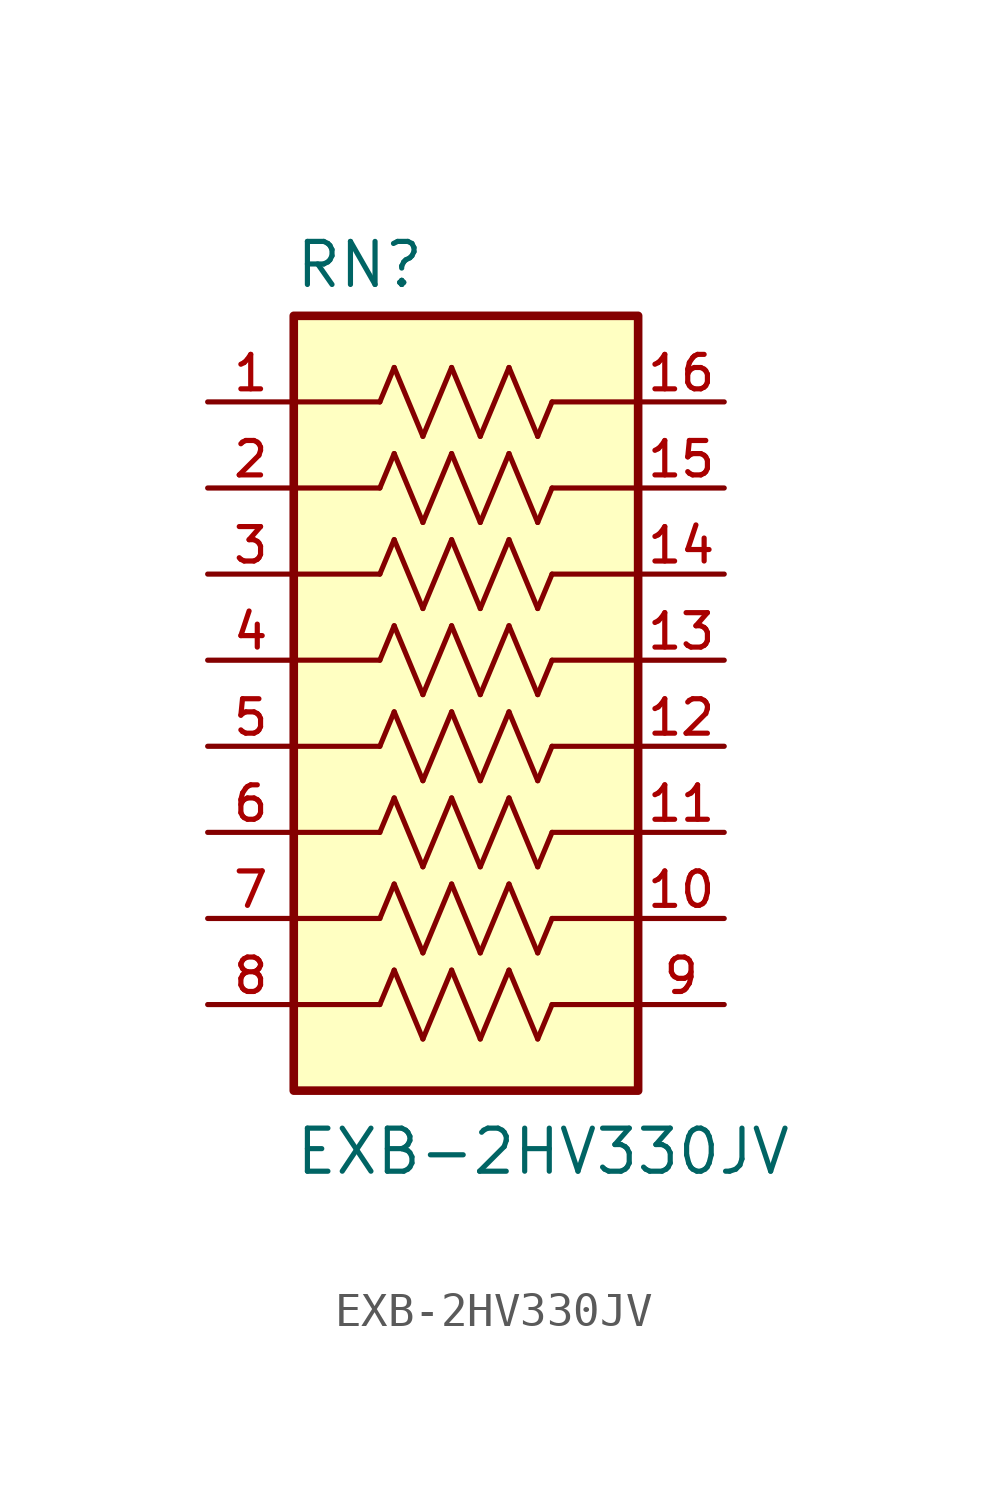
<source format=kicad_sym>
(kicad_symbol_lib
  (version 20211014)
  (generator kicad_symbol_editor)
  (symbol "EXB-2HV330JV"
    (pin_names
      (offset 1.016))
    (property "Reference" "RN"
      (at -5.08 10.922 0)
      (effects (font (size 1.27 1.27)) (justify bottom left)))
    (property "Value" "EXB-2HV330JV"
      (at -5.08 -15.24 0)
      (effects (font (size 1.27 1.27)) (justify bottom left)))
    (symbol "EXB-2HV330JV_0_0"
      (polyline (pts (xy -2.54 7.62) (xy -2.117 8.636)) (stroke (width 0.152)))
      (polyline (pts (xy -2.117 8.636) (xy -1.27 6.604)) (stroke (width 0.152)))
      (polyline (pts (xy -1.27 6.604) (xy -0.423 8.636)) (stroke (width 0.152)))
      (polyline (pts (xy -0.423 8.636) (xy 0.423 6.604)) (stroke (width 0.152)))
      (polyline (pts (xy 0.423 6.604) (xy 1.27 8.636)) (stroke (width 0.152)))
      (polyline (pts (xy 1.27 8.636) (xy 2.117 6.604)) (stroke (width 0.152)))
      (polyline (pts (xy 2.54 7.62) (xy 2.117 6.604)) (stroke (width 0.152)))
      (polyline (pts (xy -5.08 7.62) (xy -2.54 7.62)) (stroke (width 0.152)))
      (polyline (pts (xy 2.54 7.62) (xy 5.08 7.62)) (stroke (width 0.152)))
      (polyline (pts (xy -2.54 5.08) (xy -2.117 6.096)) (stroke (width 0.152)))
      (polyline (pts (xy -2.117 6.096) (xy -1.27 4.064)) (stroke (width 0.152)))
      (polyline (pts (xy -1.27 4.064) (xy -0.423 6.096)) (stroke (width 0.152)))
      (polyline (pts (xy -0.423 6.096) (xy 0.423 4.064)) (stroke (width 0.152)))
      (polyline (pts (xy 0.423 4.064) (xy 1.27 6.096)) (stroke (width 0.152)))
      (polyline (pts (xy 1.27 6.096) (xy 2.117 4.064)) (stroke (width 0.152)))
      (polyline (pts (xy 2.54 5.08) (xy 2.117 4.064)) (stroke (width 0.152)))
      (polyline (pts (xy -5.08 5.08) (xy -2.54 5.08)) (stroke (width 0.152)))
      (polyline (pts (xy 2.54 5.08) (xy 5.08 5.08)) (stroke (width 0.152)))
      (polyline (pts (xy -2.54 2.54) (xy -2.117 3.556)) (stroke (width 0.152)))
      (polyline (pts (xy -2.117 3.556) (xy -1.27 1.524)) (stroke (width 0.152)))
      (polyline (pts (xy -1.27 1.524) (xy -0.423 3.556)) (stroke (width 0.152)))
      (polyline (pts (xy -0.423 3.556) (xy 0.423 1.524)) (stroke (width 0.152)))
      (polyline (pts (xy 0.423 1.524) (xy 1.27 3.556)) (stroke (width 0.152)))
      (polyline (pts (xy 1.27 3.556) (xy 2.117 1.524)) (stroke (width 0.152)))
      (polyline (pts (xy 2.54 2.54) (xy 2.117 1.524)) (stroke (width 0.152)))
      (polyline (pts (xy -5.08 2.54) (xy -2.54 2.54)) (stroke (width 0.152)))
      (polyline (pts (xy 2.54 2.54) (xy 5.08 2.54)) (stroke (width 0.152)))
      (polyline (pts (xy -2.54 0.0) (xy -2.117 1.016)) (stroke (width 0.152)))
      (polyline (pts (xy -2.117 1.016) (xy -1.27 -1.016)) (stroke (width 0.152)))
      (polyline (pts (xy -1.27 -1.016) (xy -0.423 1.016)) (stroke (width 0.152)))
      (polyline (pts (xy -0.423 1.016) (xy 0.423 -1.016)) (stroke (width 0.152)))
      (polyline (pts (xy 0.423 -1.016) (xy 1.27 1.016)) (stroke (width 0.152)))
      (polyline (pts (xy 1.27 1.016) (xy 2.117 -1.016)) (stroke (width 0.152)))
      (polyline (pts (xy 2.54 0.0) (xy 2.117 -1.016)) (stroke (width 0.152)))
      (polyline (pts (xy -5.08 0.0) (xy -2.54 0.0)) (stroke (width 0.152)))
      (polyline (pts (xy 2.54 0.0) (xy 5.08 0.0)) (stroke (width 0.152)))
      (polyline (pts (xy -2.54 -2.54) (xy -2.117 -1.524)) (stroke (width 0.152)))
      (polyline (pts (xy -2.117 -1.524) (xy -1.27 -3.556)) (stroke (width 0.152)))
      (polyline (pts (xy -1.27 -3.556) (xy -0.423 -1.524)) (stroke (width 0.152)))
      (polyline (pts (xy -0.423 -1.524) (xy 0.423 -3.556)) (stroke (width 0.152)))
      (polyline (pts (xy 0.423 -3.556) (xy 1.27 -1.524)) (stroke (width 0.152)))
      (polyline (pts (xy 1.27 -1.524) (xy 2.117 -3.556)) (stroke (width 0.152)))
      (polyline (pts (xy 2.54 -2.54) (xy 2.117 -3.556)) (stroke (width 0.152)))
      (polyline (pts (xy -5.08 -2.54) (xy -2.54 -2.54)) (stroke (width 0.152)))
      (polyline (pts (xy 2.54 -2.54) (xy 5.08 -2.54)) (stroke (width 0.152)))
      (polyline (pts (xy -2.54 -5.08) (xy -2.117 -4.064)) (stroke (width 0.152)))
      (polyline (pts (xy -2.117 -4.064) (xy -1.27 -6.096)) (stroke (width 0.152)))
      (polyline (pts (xy -1.27 -6.096) (xy -0.423 -4.064)) (stroke (width 0.152)))
      (polyline (pts (xy -0.423 -4.064) (xy 0.423 -6.096)) (stroke (width 0.152)))
      (polyline (pts (xy 0.423 -6.096) (xy 1.27 -4.064)) (stroke (width 0.152)))
      (polyline (pts (xy 1.27 -4.064) (xy 2.117 -6.096)) (stroke (width 0.152)))
      (polyline (pts (xy 2.54 -5.08) (xy 2.117 -6.096)) (stroke (width 0.152)))
      (polyline (pts (xy -5.08 -5.08) (xy -2.54 -5.08)) (stroke (width 0.152)))
      (polyline (pts (xy 2.54 -5.08) (xy 5.08 -5.08)) (stroke (width 0.152)))
      (polyline (pts (xy -2.54 -7.62) (xy -2.117 -6.604)) (stroke (width 0.152)))
      (polyline (pts (xy -2.117 -6.604) (xy -1.27 -8.636)) (stroke (width 0.152)))
      (polyline (pts (xy -1.27 -8.636) (xy -0.423 -6.604)) (stroke (width 0.152)))
      (polyline (pts (xy -0.423 -6.604) (xy 0.423 -8.636)) (stroke (width 0.152)))
      (polyline (pts (xy 0.423 -8.636) (xy 1.27 -6.604)) (stroke (width 0.152)))
      (polyline (pts (xy 1.27 -6.604) (xy 2.117 -8.636)) (stroke (width 0.152)))
      (polyline (pts (xy 2.54 -7.62) (xy 2.117 -8.636)) (stroke (width 0.152)))
      (polyline (pts (xy -5.08 -7.62) (xy -2.54 -7.62)) (stroke (width 0.152)))
      (polyline (pts (xy 2.54 -7.62) (xy 5.08 -7.62)) (stroke (width 0.152)))
      (polyline (pts (xy -2.54 -10.16) (xy -2.117 -9.144)) (stroke (width 0.152)))
      (polyline (pts (xy -2.117 -9.144) (xy -1.27 -11.176)) (stroke (width 0.152)))
      (polyline (pts (xy -1.27 -11.176) (xy -0.423 -9.144)) (stroke (width 0.152)))
      (polyline (pts (xy -0.423 -9.144) (xy 0.423 -11.176)) (stroke (width 0.152)))
      (polyline (pts (xy 0.423 -11.176) (xy 1.27 -9.144)) (stroke (width 0.152)))
      (polyline (pts (xy 1.27 -9.144) (xy 2.117 -11.176)) (stroke (width 0.152)))
      (polyline (pts (xy 2.54 -10.16) (xy 2.117 -11.176)) (stroke (width 0.152)))
      (polyline (pts (xy -5.08 -10.16) (xy -2.54 -10.16)) (stroke (width 0.152)))
      (polyline (pts (xy 2.54 -10.16) (xy 5.08 -10.16)) (stroke (width 0.152)))
      (rectangle (start -5.08 -12.7) (end 5.08 10.16) (stroke (width 0.254)) (fill (type background)))
      (pin passive line (at -7.62 7.62 0) (length 2.54) (name "~" (effects (font (size 1.016 1.016)))) (number "1" (effects (font (size 1.016 1.016)))))
      (pin passive line (at -7.62 5.08 0) (length 2.54) (name "~" (effects (font (size 1.016 1.016)))) (number "2" (effects (font (size 1.016 1.016)))))
      (pin passive line (at -7.62 2.54 0) (length 2.54) (name "~" (effects (font (size 1.016 1.016)))) (number "3" (effects (font (size 1.016 1.016)))))
      (pin passive line (at -7.62 0.0 0) (length 2.54) (name "~" (effects (font (size 1.016 1.016)))) (number "4" (effects (font (size 1.016 1.016)))))
      (pin passive line (at -7.62 -2.54 0) (length 2.54) (name "~" (effects (font (size 1.016 1.016)))) (number "5" (effects (font (size 1.016 1.016)))))
      (pin passive line (at -7.62 -5.08 0) (length 2.54) (name "~" (effects (font (size 1.016 1.016)))) (number "6" (effects (font (size 1.016 1.016)))))
      (pin passive line (at -7.62 -7.62 0) (length 2.54) (name "~" (effects (font (size 1.016 1.016)))) (number "7" (effects (font (size 1.016 1.016)))))
      (pin passive line (at -7.62 -10.16 0) (length 2.54) (name "~" (effects (font (size 1.016 1.016)))) (number "8" (effects (font (size 1.016 1.016)))))
      (pin passive line (at 7.62 -10.16 180.0) (length 2.54) (name "~" (effects (font (size 1.016 1.016)))) (number "9" (effects (font (size 1.016 1.016)))))
      (pin passive line (at 7.62 -7.62 180.0) (length 2.54) (name "~" (effects (font (size 1.016 1.016)))) (number "10" (effects (font (size 1.016 1.016)))))
      (pin passive line (at 7.62 -5.08 180.0) (length 2.54) (name "~" (effects (font (size 1.016 1.016)))) (number "11" (effects (font (size 1.016 1.016)))))
      (pin passive line (at 7.62 -2.54 180.0) (length 2.54) (name "~" (effects (font (size 1.016 1.016)))) (number "12" (effects (font (size 1.016 1.016)))))
      (pin passive line (at 7.62 0.0 180.0) (length 2.54) (name "~" (effects (font (size 1.016 1.016)))) (number "13" (effects (font (size 1.016 1.016)))))
      (pin passive line (at 7.62 2.54 180.0) (length 2.54) (name "~" (effects (font (size 1.016 1.016)))) (number "14" (effects (font (size 1.016 1.016)))))
      (pin passive line (at 7.62 5.08 180.0) (length 2.54) (name "~" (effects (font (size 1.016 1.016)))) (number "15" (effects (font (size 1.016 1.016)))))
      (pin passive line (at 7.62 7.62 180.0) (length 2.54) (name "~" (effects (font (size 1.016 1.016)))) (number "16" (effects (font (size 1.016 1.016))))))))
</source>
